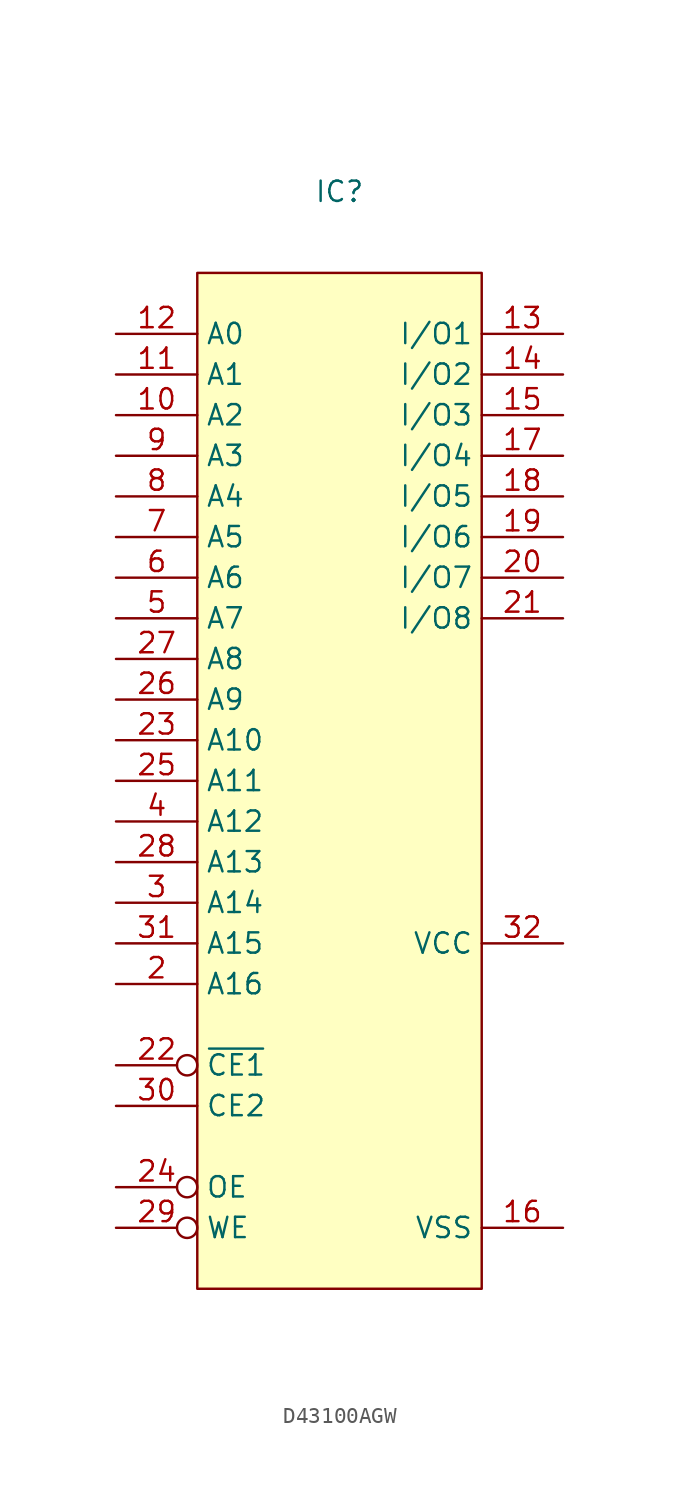
<source format=kicad_sym>
(kicad_symbol_lib
  (version 20220914)
  (generator kicad_symbol_editor)
  (symbol "D43100AGW"
    (property "Reference" "IC"
      (at 0 8.89 0)
      (effects (font (size 1.27 1.27))))
    (property "Value" ""
      (at 0 0 0)
      (effects (font (size 1.27 1.27))))
    (symbol "D43100AGW_1_1"
      (rectangle (start -8.89 3.81) (end 8.89 -59.69) (stroke (width 0) (type default)) (fill (type background)))
      (pin no_connect line (at 13.97 -46.99 180) (length 5.08) hide (name "N/C" (effects (font (size 1.27 1.27)))) (number "1" (effects (font (size 1.27 1.27)))))
      (pin input line (at -13.97 -5.08 0) (length 5.08) (name "A2" (effects (font (size 1.27 1.27)))) (number "10" (effects (font (size 1.27 1.27)))))
      (pin input line (at -13.97 -2.54 0) (length 5.08) (name "A1" (effects (font (size 1.27 1.27)))) (number "11" (effects (font (size 1.27 1.27)))))
      (pin input line (at -13.97 0 0) (length 5.08) (name "A0" (effects (font (size 1.27 1.27)))) (number "12" (effects (font (size 1.27 1.27)))))
      (pin bidirectional line (at 13.97 0 180) (length 5.08) (name "I/O1" (effects (font (size 1.27 1.27)))) (number "13" (effects (font (size 1.27 1.27)))))
      (pin bidirectional line (at 13.97 -2.54 180) (length 5.08) (name "I/O2" (effects (font (size 1.27 1.27)))) (number "14" (effects (font (size 1.27 1.27)))))
      (pin bidirectional line (at 13.97 -5.08 180) (length 5.08) (name "I/O3" (effects (font (size 1.27 1.27)))) (number "15" (effects (font (size 1.27 1.27)))))
      (pin power_in line (at 13.97 -55.88 180) (length 5.08) (name "VSS" (effects (font (size 1.27 1.27)))) (number "16" (effects (font (size 1.27 1.27)))))
      (pin bidirectional line (at 13.97 -7.62 180) (length 5.08) (name "I/O4" (effects (font (size 1.27 1.27)))) (number "17" (effects (font (size 1.27 1.27)))))
      (pin bidirectional line (at 13.97 -10.16 180) (length 5.08) (name "I/O5" (effects (font (size 1.27 1.27)))) (number "18" (effects (font (size 1.27 1.27)))))
      (pin bidirectional line (at 13.97 -12.7 180) (length 5.08) (name "I/O6" (effects (font (size 1.27 1.27)))) (number "19" (effects (font (size 1.27 1.27)))))
      (pin input line (at -13.97 -40.64 0) (length 5.08) (name "A16" (effects (font (size 1.27 1.27)))) (number "2" (effects (font (size 1.27 1.27)))))
      (pin bidirectional line (at 13.97 -15.24 180) (length 5.08) (name "I/O7" (effects (font (size 1.27 1.27)))) (number "20" (effects (font (size 1.27 1.27)))))
      (pin bidirectional line (at 13.97 -17.78 180) (length 5.08) (name "I/O8" (effects (font (size 1.27 1.27)))) (number "21" (effects (font (size 1.27 1.27)))))
      (pin input inverted (at -13.97 -45.72 0) (length 5.08) (name "~{CE1}" (effects (font (size 1.27 1.27)))) (number "22" (effects (font (size 1.27 1.27)))))
      (pin input line (at -13.97 -25.4 0) (length 5.08) (name "A10" (effects (font (size 1.27 1.27)))) (number "23" (effects (font (size 1.27 1.27)))))
      (pin input inverted (at -13.97 -53.34 0) (length 5.08) (name "OE" (effects (font (size 1.27 1.27)))) (number "24" (effects (font (size 1.27 1.27)))))
      (pin input line (at -13.97 -27.94 0) (length 5.08) (name "A11" (effects (font (size 1.27 1.27)))) (number "25" (effects (font (size 1.27 1.27)))))
      (pin input line (at -13.97 -22.86 0) (length 5.08) (name "A9" (effects (font (size 1.27 1.27)))) (number "26" (effects (font (size 1.27 1.27)))))
      (pin input line (at -13.97 -20.32 0) (length 5.08) (name "A8" (effects (font (size 1.27 1.27)))) (number "27" (effects (font (size 1.27 1.27)))))
      (pin input line (at -13.97 -33.02 0) (length 5.08) (name "A13" (effects (font (size 1.27 1.27)))) (number "28" (effects (font (size 1.27 1.27)))))
      (pin input inverted (at -13.97 -55.88 0) (length 5.08) (name "WE" (effects (font (size 1.27 1.27)))) (number "29" (effects (font (size 1.27 1.27)))))
      (pin input line (at -13.97 -35.56 0) (length 5.08) (name "A14" (effects (font (size 1.27 1.27)))) (number "3" (effects (font (size 1.27 1.27)))))
      (pin input line (at -13.97 -48.26 0) (length 5.08) (name "CE2" (effects (font (size 1.27 1.27)))) (number "30" (effects (font (size 1.27 1.27)))))
      (pin input line (at -13.97 -38.1 0) (length 5.08) (name "A15" (effects (font (size 1.27 1.27)))) (number "31" (effects (font (size 1.27 1.27)))))
      (pin power_in line (at 13.97 -38.1 180) (length 5.08) (name "VCC" (effects (font (size 1.27 1.27)))) (number "32" (effects (font (size 1.27 1.27)))))
      (pin input line (at -13.97 -30.48 0) (length 5.08) (name "A12" (effects (font (size 1.27 1.27)))) (number "4" (effects (font (size 1.27 1.27)))))
      (pin input line (at -13.97 -17.78 0) (length 5.08) (name "A7" (effects (font (size 1.27 1.27)))) (number "5" (effects (font (size 1.27 1.27)))))
      (pin input line (at -13.97 -15.24 0) (length 5.08) (name "A6" (effects (font (size 1.27 1.27)))) (number "6" (effects (font (size 1.27 1.27)))))
      (pin input line (at -13.97 -12.7 0) (length 5.08) (name "A5" (effects (font (size 1.27 1.27)))) (number "7" (effects (font (size 1.27 1.27)))))
      (pin input line (at -13.97 -10.16 0) (length 5.08) (name "A4" (effects (font (size 1.27 1.27)))) (number "8" (effects (font (size 1.27 1.27)))))
      (pin input line (at -13.97 -7.62 0) (length 5.08) (name "A3" (effects (font (size 1.27 1.27)))) (number "9" (effects (font (size 1.27 1.27))))))))
</source>
